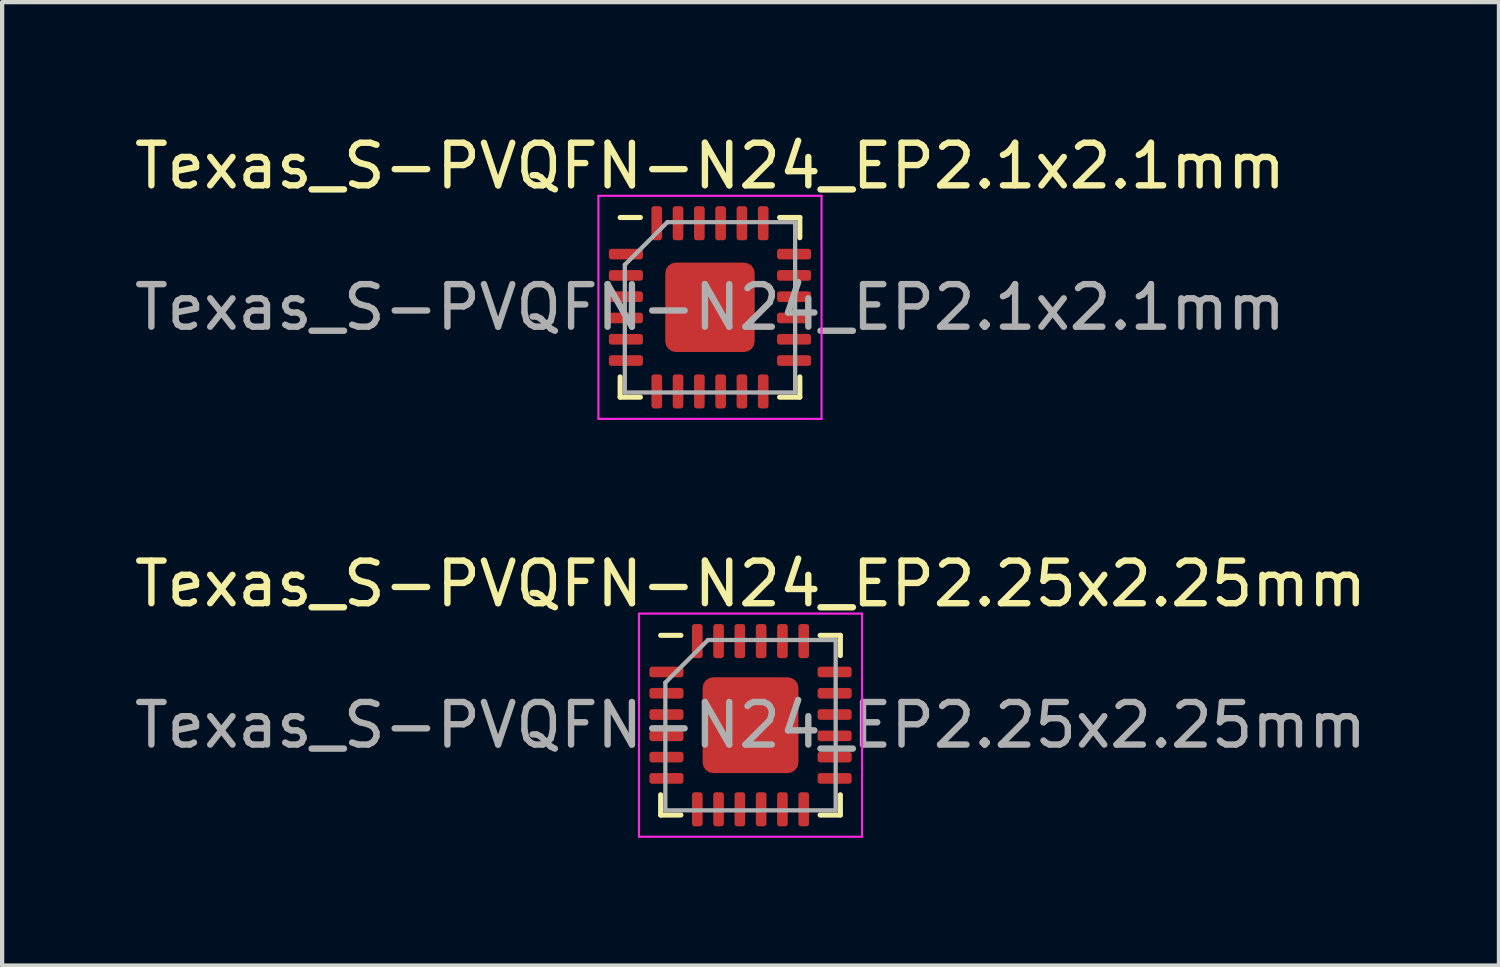
<source format=kicad_pcb>
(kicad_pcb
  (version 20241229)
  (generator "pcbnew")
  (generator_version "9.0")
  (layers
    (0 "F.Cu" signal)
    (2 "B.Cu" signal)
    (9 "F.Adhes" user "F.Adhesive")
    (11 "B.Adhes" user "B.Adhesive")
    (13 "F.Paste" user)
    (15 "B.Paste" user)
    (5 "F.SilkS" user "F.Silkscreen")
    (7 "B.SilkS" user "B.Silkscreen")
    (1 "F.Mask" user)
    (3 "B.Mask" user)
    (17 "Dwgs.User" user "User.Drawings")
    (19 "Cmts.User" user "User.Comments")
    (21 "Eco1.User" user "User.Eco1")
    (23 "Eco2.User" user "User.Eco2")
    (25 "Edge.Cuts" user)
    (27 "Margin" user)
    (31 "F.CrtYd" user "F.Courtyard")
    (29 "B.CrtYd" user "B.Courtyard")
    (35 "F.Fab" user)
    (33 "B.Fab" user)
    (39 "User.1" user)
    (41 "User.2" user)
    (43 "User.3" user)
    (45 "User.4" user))
  (footprint "Texas_S-PVQFN-N24_EP2.1x2.1mm"
    (layer "F.Cu")
    (at 13.625 4.168)
    (property "Reference" "Texas_S-PVQFN-N24_EP2.1x2.1mm" (at 0 -3.32 0) (layer "F.SilkS") (effects (font (size 1 1) (thickness 0.15))))
    (attr smd)
    (fp_line (start -2.11 2.11) (end -2.11 1.635) (stroke (width 0.12) (type solid)) (layer "F.SilkS"))
    (fp_line (start -1.635 -2.11) (end -2.11 -2.11) (stroke (width 0.12) (type solid)) (layer "F.SilkS"))
    (fp_line (start -1.635 2.11) (end -2.11 2.11) (stroke (width 0.12) (type solid)) (layer "F.SilkS"))
    (fp_line (start 1.635 -2.11) (end 2.11 -2.11) (stroke (width 0.12) (type solid)) (layer "F.SilkS"))
    (fp_line (start 1.635 2.11) (end 2.11 2.11) (stroke (width 0.12) (type solid)) (layer "F.SilkS"))
    (fp_line (start 2.11 -2.11) (end 2.11 -1.635) (stroke (width 0.12) (type solid)) (layer "F.SilkS"))
    (fp_line (start 2.11 2.11) (end 2.11 1.635) (stroke (width 0.12) (type solid)) (layer "F.SilkS"))
    (fp_line (start -2.62 -2.62) (end -2.62 2.62) (stroke (width 0.05) (type solid)) (layer "F.CrtYd"))
    (fp_line (start -2.62 2.62) (end 2.62 2.62) (stroke (width 0.05) (type solid)) (layer "F.CrtYd"))
    (fp_line (start 2.62 -2.62) (end -2.62 -2.62) (stroke (width 0.05) (type solid)) (layer "F.CrtYd"))
    (fp_line (start 2.62 2.62) (end 2.62 -2.62) (stroke (width 0.05) (type solid)) (layer "F.CrtYd"))
    (fp_line (start -2 -1) (end -1 -2) (stroke (width 0.1) (type solid)) (layer "F.Fab"))
    (fp_line (start -2 2) (end -2 -1) (stroke (width 0.1) (type solid)) (layer "F.Fab"))
    (fp_line (start -1 -2) (end 2 -2) (stroke (width 0.1) (type solid)) (layer "F.Fab"))
    (fp_line (start 2 -2) (end 2 2) (stroke (width 0.1) (type solid)) (layer "F.Fab"))
    (fp_line (start 2 2) (end -2 2) (stroke (width 0.1) (type solid)) (layer "F.Fab"))
    (fp_text user "${REFERENCE}" (at 0 0 0) (layer "F.Fab") (effects (font (size 1 1) (thickness 0.15))))
    (pad "" smd roundrect (at -0.525 -0.525) (size 0.85 0.85) (layers "F.Paste") (roundrect_rratio 0.25))
    (pad "" smd roundrect (at -0.525 0.525) (size 0.85 0.85) (layers "F.Paste") (roundrect_rratio 0.25))
    (pad "" smd roundrect (at 0.525 -0.525) (size 0.85 0.85) (layers "F.Paste") (roundrect_rratio 0.25))
    (pad "" smd roundrect (at 0.525 0.525) (size 0.85 0.85) (layers "F.Paste") (roundrect_rratio 0.25))
    (pad "1" smd roundrect (at -1.975 -1.25) (size 0.8 0.25) (layers "F.Cu" "F.Mask" "F.Paste") (roundrect_rratio 0.25))
    (pad "2" smd roundrect (at -1.975 -0.75) (size 0.8 0.25) (layers "F.Cu" "F.Mask" "F.Paste") (roundrect_rratio 0.25))
    (pad "3" smd roundrect (at -1.975 -0.25) (size 0.8 0.25) (layers "F.Cu" "F.Mask" "F.Paste") (roundrect_rratio 0.25))
    (pad "4" smd roundrect (at -1.975 0.25) (size 0.8 0.25) (layers "F.Cu" "F.Mask" "F.Paste") (roundrect_rratio 0.25))
    (pad "5" smd roundrect (at -1.975 0.75) (size 0.8 0.25) (layers "F.Cu" "F.Mask" "F.Paste") (roundrect_rratio 0.25))
    (pad "6" smd roundrect (at -1.975 1.25) (size 0.8 0.25) (layers "F.Cu" "F.Mask" "F.Paste") (roundrect_rratio 0.25))
    (pad "7" smd roundrect (at -1.25 1.975) (size 0.25 0.8) (layers "F.Cu" "F.Mask" "F.Paste") (roundrect_rratio 0.25))
    (pad "8" smd roundrect (at -0.75 1.975) (size 0.25 0.8) (layers "F.Cu" "F.Mask" "F.Paste") (roundrect_rratio 0.25))
    (pad "9" smd roundrect (at -0.25 1.975) (size 0.25 0.8) (layers "F.Cu" "F.Mask" "F.Paste") (roundrect_rratio 0.25))
    (pad "10" smd roundrect (at 0.25 1.975) (size 0.25 0.8) (layers "F.Cu" "F.Mask" "F.Paste") (roundrect_rratio 0.25))
    (pad "11" smd roundrect (at 0.75 1.975) (size 0.25 0.8) (layers "F.Cu" "F.Mask" "F.Paste") (roundrect_rratio 0.25))
    (pad "12" smd roundrect (at 1.25 1.975) (size 0.25 0.8) (layers "F.Cu" "F.Mask" "F.Paste") (roundrect_rratio 0.25))
    (pad "13" smd roundrect (at 1.975 1.25) (size 0.8 0.25) (layers "F.Cu" "F.Mask" "F.Paste") (roundrect_rratio 0.25))
    (pad "14" smd roundrect (at 1.975 0.75) (size 0.8 0.25) (layers "F.Cu" "F.Mask" "F.Paste") (roundrect_rratio 0.25))
    (pad "15" smd roundrect (at 1.975 0.25) (size 0.8 0.25) (layers "F.Cu" "F.Mask" "F.Paste") (roundrect_rratio 0.25))
    (pad "16" smd roundrect (at 1.975 -0.25) (size 0.8 0.25) (layers "F.Cu" "F.Mask" "F.Paste") (roundrect_rratio 0.25))
    (pad "17" smd roundrect (at 1.975 -0.75) (size 0.8 0.25) (layers "F.Cu" "F.Mask" "F.Paste") (roundrect_rratio 0.25))
    (pad "18" smd roundrect (at 1.975 -1.25) (size 0.8 0.25) (layers "F.Cu" "F.Mask" "F.Paste") (roundrect_rratio 0.25))
    (pad "19" smd roundrect (at 1.25 -1.975) (size 0.25 0.8) (layers "F.Cu" "F.Mask" "F.Paste") (roundrect_rratio 0.25))
    (pad "20" smd roundrect (at 0.75 -1.975) (size 0.25 0.8) (layers "F.Cu" "F.Mask" "F.Paste") (roundrect_rratio 0.25))
    (pad "21" smd roundrect (at 0.25 -1.975) (size 0.25 0.8) (layers "F.Cu" "F.Mask" "F.Paste") (roundrect_rratio 0.25))
    (pad "22" smd roundrect (at -0.25 -1.975) (size 0.25 0.8) (layers "F.Cu" "F.Mask" "F.Paste") (roundrect_rratio 0.25))
    (pad "23" smd roundrect (at -0.75 -1.975) (size 0.25 0.8) (layers "F.Cu" "F.Mask" "F.Paste") (roundrect_rratio 0.25))
    (pad "24" smd roundrect (at -1.25 -1.975) (size 0.25 0.8) (layers "F.Cu" "F.Mask" "F.Paste") (roundrect_rratio 0.25))
    (pad "25" smd roundrect (at 0 0) (size 2.1 2.1) (layers "F.Cu" "F.Mask") (roundrect_rratio 0.119)))
  (footprint "Texas_S-PVQFN-N24_EP2.25x2.25mm"
    (layer "F.Cu")
    (at 14.577 13.982)
    (property "Reference" "Texas_S-PVQFN-N24_EP2.25x2.25mm" (at 0 -3.32 0) (layer "F.SilkS") (effects (font (size 1 1) (thickness 0.15))))
    (attr smd)
    (fp_line (start -2.11 2.11) (end -2.11 1.635) (stroke (width 0.12) (type solid)) (layer "F.SilkS"))
    (fp_line (start -1.635 -2.11) (end -2.11 -2.11) (stroke (width 0.12) (type solid)) (layer "F.SilkS"))
    (fp_line (start -1.635 2.11) (end -2.11 2.11) (stroke (width 0.12) (type solid)) (layer "F.SilkS"))
    (fp_line (start 1.635 -2.11) (end 2.11 -2.11) (stroke (width 0.12) (type solid)) (layer "F.SilkS"))
    (fp_line (start 1.635 2.11) (end 2.11 2.11) (stroke (width 0.12) (type solid)) (layer "F.SilkS"))
    (fp_line (start 2.11 -2.11) (end 2.11 -1.635) (stroke (width 0.12) (type solid)) (layer "F.SilkS"))
    (fp_line (start 2.11 2.11) (end 2.11 1.635) (stroke (width 0.12) (type solid)) (layer "F.SilkS"))
    (fp_line (start -2.62 -2.62) (end -2.62 2.62) (stroke (width 0.05) (type solid)) (layer "F.CrtYd"))
    (fp_line (start -2.62 2.62) (end 2.62 2.62) (stroke (width 0.05) (type solid)) (layer "F.CrtYd"))
    (fp_line (start 2.62 -2.62) (end -2.62 -2.62) (stroke (width 0.05) (type solid)) (layer "F.CrtYd"))
    (fp_line (start 2.62 2.62) (end 2.62 -2.62) (stroke (width 0.05) (type solid)) (layer "F.CrtYd"))
    (fp_line (start -2 -1) (end -1 -2) (stroke (width 0.1) (type solid)) (layer "F.Fab"))
    (fp_line (start -2 2) (end -2 -1) (stroke (width 0.1) (type solid)) (layer "F.Fab"))
    (fp_line (start -1 -2) (end 2 -2) (stroke (width 0.1) (type solid)) (layer "F.Fab"))
    (fp_line (start 2 -2) (end 2 2) (stroke (width 0.1) (type solid)) (layer "F.Fab"))
    (fp_line (start 2 2) (end -2 2) (stroke (width 0.1) (type solid)) (layer "F.Fab"))
    (fp_text user "${REFERENCE}" (at 0 0 0) (layer "F.Fab") (effects (font (size 1 1) (thickness 0.15))))
    (pad "" smd roundrect (at -0.56 -0.56) (size 0.91 0.91) (layers "F.Paste") (roundrect_rratio 0.25))
    (pad "" smd roundrect (at -0.56 0.56) (size 0.91 0.91) (layers "F.Paste") (roundrect_rratio 0.25))
    (pad "" smd roundrect (at 0.56 -0.56) (size 0.91 0.91) (layers "F.Paste") (roundrect_rratio 0.25))
    (pad "" smd roundrect (at 0.56 0.56) (size 0.91 0.91) (layers "F.Paste") (roundrect_rratio 0.25))
    (pad "1" smd roundrect (at -1.975 -1.25) (size 0.8 0.25) (layers "F.Cu" "F.Mask" "F.Paste") (roundrect_rratio 0.25))
    (pad "2" smd roundrect (at -1.975 -0.75) (size 0.8 0.25) (layers "F.Cu" "F.Mask" "F.Paste") (roundrect_rratio 0.25))
    (pad "3" smd roundrect (at -1.975 -0.25) (size 0.8 0.25) (layers "F.Cu" "F.Mask" "F.Paste") (roundrect_rratio 0.25))
    (pad "4" smd roundrect (at -1.975 0.25) (size 0.8 0.25) (layers "F.Cu" "F.Mask" "F.Paste") (roundrect_rratio 0.25))
    (pad "5" smd roundrect (at -1.975 0.75) (size 0.8 0.25) (layers "F.Cu" "F.Mask" "F.Paste") (roundrect_rratio 0.25))
    (pad "6" smd roundrect (at -1.975 1.25) (size 0.8 0.25) (layers "F.Cu" "F.Mask" "F.Paste") (roundrect_rratio 0.25))
    (pad "7" smd roundrect (at -1.25 1.975) (size 0.25 0.8) (layers "F.Cu" "F.Mask" "F.Paste") (roundrect_rratio 0.25))
    (pad "8" smd roundrect (at -0.75 1.975) (size 0.25 0.8) (layers "F.Cu" "F.Mask" "F.Paste") (roundrect_rratio 0.25))
    (pad "9" smd roundrect (at -0.25 1.975) (size 0.25 0.8) (layers "F.Cu" "F.Mask" "F.Paste") (roundrect_rratio 0.25))
    (pad "10" smd roundrect (at 0.25 1.975) (size 0.25 0.8) (layers "F.Cu" "F.Mask" "F.Paste") (roundrect_rratio 0.25))
    (pad "11" smd roundrect (at 0.75 1.975) (size 0.25 0.8) (layers "F.Cu" "F.Mask" "F.Paste") (roundrect_rratio 0.25))
    (pad "12" smd roundrect (at 1.25 1.975) (size 0.25 0.8) (layers "F.Cu" "F.Mask" "F.Paste") (roundrect_rratio 0.25))
    (pad "13" smd roundrect (at 1.975 1.25) (size 0.8 0.25) (layers "F.Cu" "F.Mask" "F.Paste") (roundrect_rratio 0.25))
    (pad "14" smd roundrect (at 1.975 0.75) (size 0.8 0.25) (layers "F.Cu" "F.Mask" "F.Paste") (roundrect_rratio 0.25))
    (pad "15" smd roundrect (at 1.975 0.25) (size 0.8 0.25) (layers "F.Cu" "F.Mask" "F.Paste") (roundrect_rratio 0.25))
    (pad "16" smd roundrect (at 1.975 -0.25) (size 0.8 0.25) (layers "F.Cu" "F.Mask" "F.Paste") (roundrect_rratio 0.25))
    (pad "17" smd roundrect (at 1.975 -0.75) (size 0.8 0.25) (layers "F.Cu" "F.Mask" "F.Paste") (roundrect_rratio 0.25))
    (pad "18" smd roundrect (at 1.975 -1.25) (size 0.8 0.25) (layers "F.Cu" "F.Mask" "F.Paste") (roundrect_rratio 0.25))
    (pad "19" smd roundrect (at 1.25 -1.975) (size 0.25 0.8) (layers "F.Cu" "F.Mask" "F.Paste") (roundrect_rratio 0.25))
    (pad "20" smd roundrect (at 0.75 -1.975) (size 0.25 0.8) (layers "F.Cu" "F.Mask" "F.Paste") (roundrect_rratio 0.25))
    (pad "21" smd roundrect (at 0.25 -1.975) (size 0.25 0.8) (layers "F.Cu" "F.Mask" "F.Paste") (roundrect_rratio 0.25))
    (pad "22" smd roundrect (at -0.25 -1.975) (size 0.25 0.8) (layers "F.Cu" "F.Mask" "F.Paste") (roundrect_rratio 0.25))
    (pad "23" smd roundrect (at -0.75 -1.975) (size 0.25 0.8) (layers "F.Cu" "F.Mask" "F.Paste") (roundrect_rratio 0.25))
    (pad "24" smd roundrect (at -1.25 -1.975) (size 0.25 0.8) (layers "F.Cu" "F.Mask" "F.Paste") (roundrect_rratio 0.25))
    (pad "25" smd roundrect (at 0 0) (size 2.25 2.25) (layers "F.Cu" "F.Mask") (roundrect_rratio 0.111)))
  (gr_rect
    (start -3 -3)
    (end 32.155 19.627)
    (stroke (width 0.1) (type default))
    (fill no)
    (layer "Edge.Cuts")))
</source>
